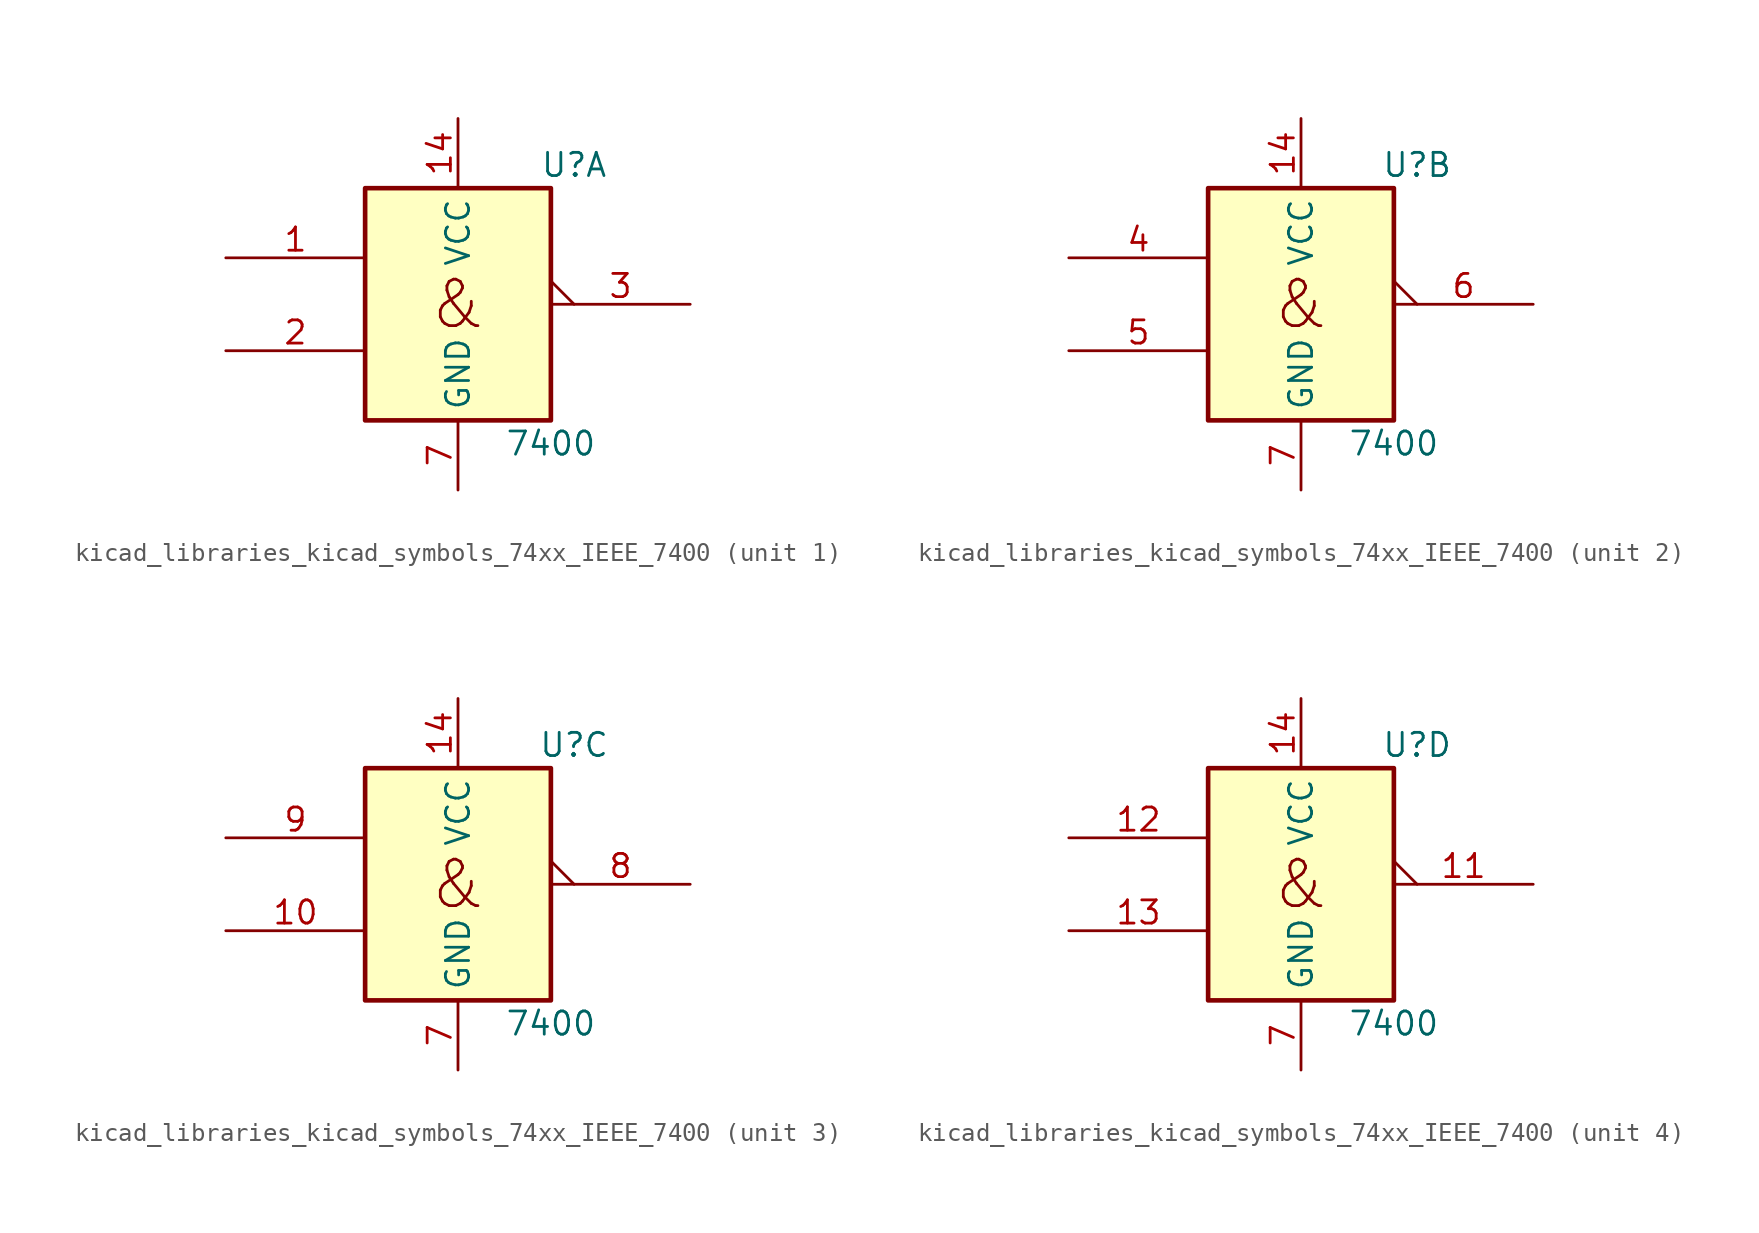
<source format=kicad_sym>
(kicad_symbol_lib
  (version 20220914)
  (generator kicad_symbol_editor)
  (symbol "kicad_libraries_kicad_symbols_74xx_IEEE_7400"
    (property "Reference" "U"
      (at 6.35 7.62 0)
      (effects (font (size 1.27 1.27))))
    (property "Value" "7400"
      (at 5.08 -7.62 0)
      (effects (font (size 1.27 1.27))))
    (symbol "kicad_libraries_kicad_symbols_74xx_IEEE_7400_0_0"
      (text "&" (at 0 0 0) (effects (font (size 2.54 2.54)))))
    (symbol "kicad_libraries_kicad_symbols_74xx_IEEE_7400_0_1"
      (rectangle (start -5.08 6.35) (end 5.08 -6.35) (stroke (width 0.254) (type default)) (fill (type background)))
      (pin power_in line (at 0 10.16 270) (length 3.81) (name "VCC" (effects (font (size 1.27 1.27)))) (number "14" (effects (font (size 1.27 1.27)))))
      (pin power_in line (at 0 -10.16 90) (length 3.81) (name "GND" (effects (font (size 1.27 1.27)))) (number "7" (effects (font (size 1.27 1.27))))))
    (symbol "kicad_libraries_kicad_symbols_74xx_IEEE_7400_1_1"
      (pin input line (at -12.7 2.54 0) (length 7.62) (name "~" (effects (font (size 1.27 1.27)))) (number "1" (effects (font (size 1.27 1.27)))))
      (pin input line (at -12.7 -2.54 0) (length 7.62) (name "~" (effects (font (size 1.27 1.27)))) (number "2" (effects (font (size 1.27 1.27)))))
      (pin output output_low (at 12.7 0 180) (length 7.62) (name "~" (effects (font (size 1.27 1.27)))) (number "3" (effects (font (size 1.27 1.27))))))
    (symbol "kicad_libraries_kicad_symbols_74xx_IEEE_7400_2_1"
      (pin input line (at -12.7 2.54 0) (length 7.62) (name "~" (effects (font (size 1.27 1.27)))) (number "4" (effects (font (size 1.27 1.27)))))
      (pin input line (at -12.7 -2.54 0) (length 7.62) (name "~" (effects (font (size 1.27 1.27)))) (number "5" (effects (font (size 1.27 1.27)))))
      (pin output output_low (at 12.7 0 180) (length 7.62) (name "~" (effects (font (size 1.27 1.27)))) (number "6" (effects (font (size 1.27 1.27))))))
    (symbol "kicad_libraries_kicad_symbols_74xx_IEEE_7400_3_1"
      (pin input line (at -12.7 -2.54 0) (length 7.62) (name "~" (effects (font (size 1.27 1.27)))) (number "10" (effects (font (size 1.27 1.27)))))
      (pin output output_low (at 12.7 0 180) (length 7.62) (name "~" (effects (font (size 1.27 1.27)))) (number "8" (effects (font (size 1.27 1.27)))))
      (pin input line (at -12.7 2.54 0) (length 7.62) (name "~" (effects (font (size 1.27 1.27)))) (number "9" (effects (font (size 1.27 1.27))))))
    (symbol "kicad_libraries_kicad_symbols_74xx_IEEE_7400_4_1"
      (pin output output_low (at 12.7 0 180) (length 7.62) (name "~" (effects (font (size 1.27 1.27)))) (number "11" (effects (font (size 1.27 1.27)))))
      (pin input line (at -12.7 2.54 0) (length 7.62) (name "~" (effects (font (size 1.27 1.27)))) (number "12" (effects (font (size 1.27 1.27)))))
      (pin input line (at -12.7 -2.54 0) (length 7.62) (name "~" (effects (font (size 1.27 1.27)))) (number "13" (effects (font (size 1.27 1.27))))))))
</source>
